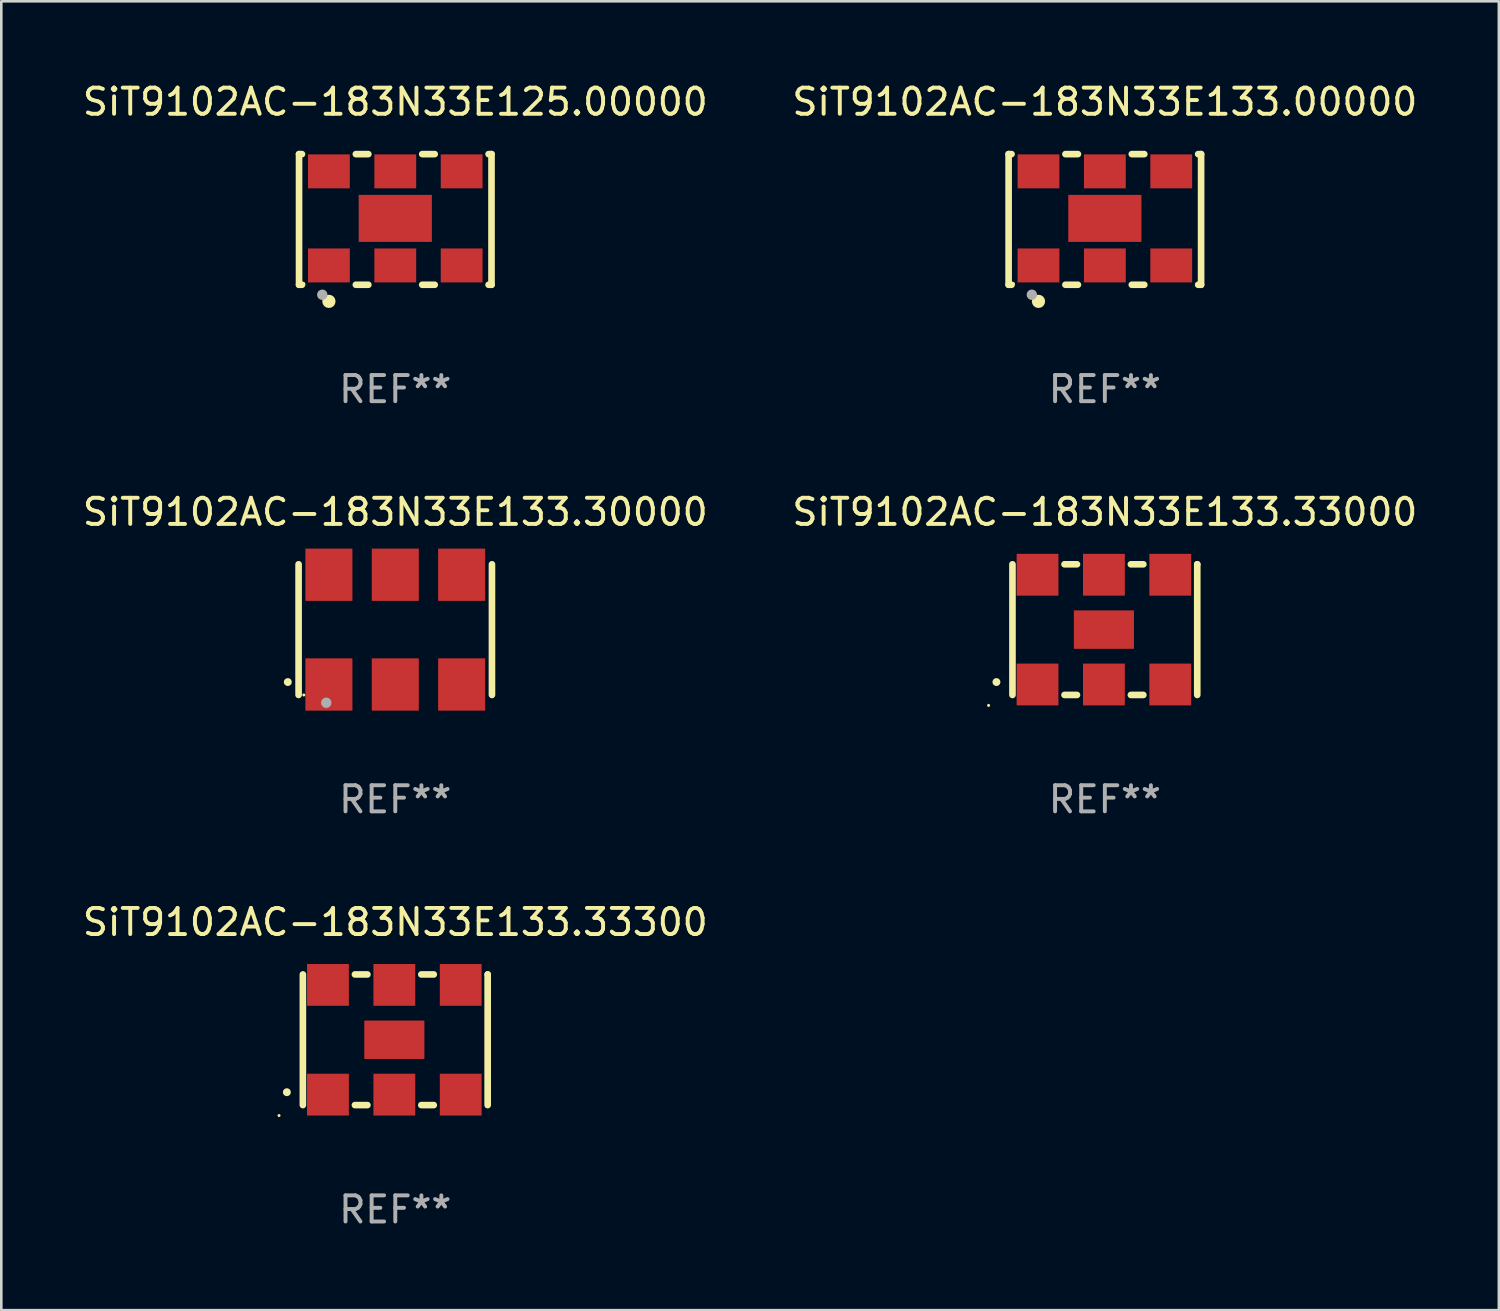
<source format=kicad_pcb>
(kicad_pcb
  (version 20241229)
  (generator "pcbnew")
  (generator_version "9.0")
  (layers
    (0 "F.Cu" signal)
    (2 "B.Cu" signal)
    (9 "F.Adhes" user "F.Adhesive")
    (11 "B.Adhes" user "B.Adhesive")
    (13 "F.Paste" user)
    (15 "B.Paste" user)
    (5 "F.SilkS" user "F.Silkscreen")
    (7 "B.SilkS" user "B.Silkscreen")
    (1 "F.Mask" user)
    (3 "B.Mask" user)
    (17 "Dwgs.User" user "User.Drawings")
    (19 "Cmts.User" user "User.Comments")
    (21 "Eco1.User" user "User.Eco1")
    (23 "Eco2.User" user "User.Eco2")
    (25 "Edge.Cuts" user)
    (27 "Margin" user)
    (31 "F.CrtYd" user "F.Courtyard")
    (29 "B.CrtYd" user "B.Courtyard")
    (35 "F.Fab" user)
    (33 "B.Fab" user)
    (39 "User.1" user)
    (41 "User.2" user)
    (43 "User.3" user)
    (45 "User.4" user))
  (footprint "SiT9102AC-183N33E125.00000"
    (layer "F.Cu")
    (at 12.077 5.348)
    (property "Reference" "SiT9102AC-183N33E125.00000" (at 0 -4.5 0) (layer "F.SilkS") (effects (font (size 1 1) (thickness 0.15))))
    (attr through_hole)
    (fp_line (start -3.683 -2.5) (end -3.571 -2.5) (stroke (width 0.254) (type solid)) (layer "F.SilkS"))
    (fp_line (start -3.683 2.5) (end -3.683 -2.5) (stroke (width 0.254) (type solid)) (layer "F.SilkS"))
    (fp_line (start -3.683 2.5) (end -3.571 2.5) (stroke (width 0.254) (type solid)) (layer "F.SilkS"))
    (fp_line (start -1.509 -2.5) (end -1.031 -2.5) (stroke (width 0.254) (type solid)) (layer "F.SilkS"))
    (fp_line (start -1.509 2.5) (end -1.031 2.5) (stroke (width 0.254) (type solid)) (layer "F.SilkS"))
    (fp_line (start 1.031 -2.5) (end 1.509 -2.5) (stroke (width 0.254) (type solid)) (layer "F.SilkS"))
    (fp_line (start 1.031 2.5) (end 1.509 2.5) (stroke (width 0.254) (type solid)) (layer "F.SilkS"))
    (fp_line (start 3.571 -2.5) (end 3.683 -2.5) (stroke (width 0.254) (type solid)) (layer "F.SilkS"))
    (fp_line (start 3.571 2.5) (end 3.683 2.5) (stroke (width 0.254) (type solid)) (layer "F.SilkS"))
    (fp_line (start 3.683 2.5) (end 3.683 -2.5) (stroke (width 0.254) (type solid)) (layer "F.SilkS"))
    (fp_circle (center -3.5 2.46) (end -3.47 2.46) (stroke (width 0.06) (type solid)) (fill no) (layer "F.SilkS"))
    (fp_circle (center -2.54 3.135) (end -2.413 3.135) (stroke (width 0.254) (type solid)) (fill no) (layer "F.SilkS"))
    (fp_circle (center -2.794 2.881) (end -2.694 2.881) (stroke (width 0.2) (type solid)) (fill no) (layer "F.Fab"))
    (fp_text user "REF**" (at 0 6.5 0) (layer "F.Fab") (effects (font (size 1 1) (thickness 0.15))))
    (pad "1" smd rect (at -2.54 1.76) (size 1.6 1.3) (layers "F.Cu" "F.Mask" "F.Paste"))
    (pad "2" smd rect (at 0 1.76) (size 1.6 1.3) (layers "F.Cu" "F.Mask" "F.Paste"))
    (pad "3" smd rect (at 2.54 1.76) (size 1.6 1.3) (layers "F.Cu" "F.Mask" "F.Paste"))
    (pad "4" smd rect (at 2.54 -1.84) (size 1.6 1.3) (layers "F.Cu" "F.Mask" "F.Paste"))
    (pad "5" smd rect (at 0 -1.84) (size 1.6 1.3) (layers "F.Cu" "F.Mask" "F.Paste"))
    (pad "6" smd rect (at -2.54 -1.84) (size 1.6 1.3) (layers "F.Cu" "F.Mask" "F.Paste"))
    (pad "7" smd rect (at 0 -0.04) (size 2.8 1.8) (layers "F.Cu" "F.Mask" "F.Paste")))
  (footprint "SiT9102AC-183N33E133.00000"
    (layer "F.Cu")
    (at 39.232 5.348)
    (property "Reference" "SiT9102AC-183N33E133.00000" (at 0 -4.5 0) (layer "F.SilkS") (effects (font (size 1 1) (thickness 0.15))))
    (attr through_hole)
    (fp_line (start -3.683 -2.5) (end -3.571 -2.5) (stroke (width 0.254) (type solid)) (layer "F.SilkS"))
    (fp_line (start -3.683 2.5) (end -3.683 -2.5) (stroke (width 0.254) (type solid)) (layer "F.SilkS"))
    (fp_line (start -3.683 2.5) (end -3.571 2.5) (stroke (width 0.254) (type solid)) (layer "F.SilkS"))
    (fp_line (start -1.509 -2.5) (end -1.031 -2.5) (stroke (width 0.254) (type solid)) (layer "F.SilkS"))
    (fp_line (start -1.509 2.5) (end -1.031 2.5) (stroke (width 0.254) (type solid)) (layer "F.SilkS"))
    (fp_line (start 1.031 -2.5) (end 1.509 -2.5) (stroke (width 0.254) (type solid)) (layer "F.SilkS"))
    (fp_line (start 1.031 2.5) (end 1.509 2.5) (stroke (width 0.254) (type solid)) (layer "F.SilkS"))
    (fp_line (start 3.571 -2.5) (end 3.683 -2.5) (stroke (width 0.254) (type solid)) (layer "F.SilkS"))
    (fp_line (start 3.571 2.5) (end 3.683 2.5) (stroke (width 0.254) (type solid)) (layer "F.SilkS"))
    (fp_line (start 3.683 2.5) (end 3.683 -2.5) (stroke (width 0.254) (type solid)) (layer "F.SilkS"))
    (fp_circle (center -3.5 2.46) (end -3.47 2.46) (stroke (width 0.06) (type solid)) (fill no) (layer "F.SilkS"))
    (fp_circle (center -2.54 3.135) (end -2.413 3.135) (stroke (width 0.254) (type solid)) (fill no) (layer "F.SilkS"))
    (fp_circle (center -2.794 2.881) (end -2.694 2.881) (stroke (width 0.2) (type solid)) (fill no) (layer "F.Fab"))
    (fp_text user "REF**" (at 0 6.5 0) (layer "F.Fab") (effects (font (size 1 1) (thickness 0.15))))
    (pad "1" smd rect (at -2.54 1.76) (size 1.6 1.3) (layers "F.Cu" "F.Mask" "F.Paste"))
    (pad "2" smd rect (at 0 1.76) (size 1.6 1.3) (layers "F.Cu" "F.Mask" "F.Paste"))
    (pad "3" smd rect (at 2.54 1.76) (size 1.6 1.3) (layers "F.Cu" "F.Mask" "F.Paste"))
    (pad "4" smd rect (at 2.54 -1.84) (size 1.6 1.3) (layers "F.Cu" "F.Mask" "F.Paste"))
    (pad "5" smd rect (at 0 -1.84) (size 1.6 1.3) (layers "F.Cu" "F.Mask" "F.Paste"))
    (pad "6" smd rect (at -2.54 -1.84) (size 1.6 1.3) (layers "F.Cu" "F.Mask" "F.Paste"))
    (pad "7" smd rect (at 0 -0.04) (size 2.8 1.8) (layers "F.Cu" "F.Mask" "F.Paste")))
  (footprint "SiT9102AC-183N33E133.33000"
    (layer "F.Cu")
    (at 39.232 21.045)
    (property "Reference" "SiT9102AC-183N33E133.33000" (at 0 -4.5 0) (layer "F.SilkS") (effects (font (size 1 1) (thickness 0.15))))
    (attr through_hole)
    (fp_line (start -3.536 -2.5) (end -3.536 2.5) (stroke (width 0.254) (type solid)) (layer "F.SilkS"))
    (fp_line (start -1.544 2.5) (end -1.067 2.5) (stroke (width 0.254) (type solid)) (layer "F.SilkS"))
    (fp_line (start -1.067 -2.5) (end -1.544 -2.5) (stroke (width 0.254) (type solid)) (layer "F.SilkS"))
    (fp_line (start 0.996 2.5) (end 1.473 2.5) (stroke (width 0.254) (type solid)) (layer "F.SilkS"))
    (fp_line (start 1.473 -2.5) (end 0.996 -2.5) (stroke (width 0.254) (type solid)) (layer "F.SilkS"))
    (fp_line (start 3.536 -2.5) (end 3.536 -2.5) (stroke (width 0.254) (type solid)) (layer "F.SilkS"))
    (fp_line (start 3.536 2.5) (end 3.536 -2.5) (stroke (width 0.254) (type solid)) (layer "F.SilkS"))
    (fp_arc (start -4.150432 2.006604) (mid -4.149162 2.006599) (end -4.147892 2.006604) (stroke (width 0.3) (type solid)) (layer "F.SilkS"))
    (fp_circle (center -4.449 2.9) (end -4.419 2.9) (stroke (width 0.06) (type solid)) (fill no) (layer "F.SilkS"))
    (fp_text user "REF**" (at 0 6.5 0) (layer "F.Fab") (effects (font (size 1 1) (thickness 0.15))))
    (pad "1" smd rect (at -2.576 2.1) (size 1.6 1.6) (layers "F.Cu" "F.Mask" "F.Paste"))
    (pad "2" smd rect (at -0.036 2.1) (size 1.6 1.6) (layers "F.Cu" "F.Mask" "F.Paste"))
    (pad "3" smd rect (at 2.504 2.1) (size 1.6 1.6) (layers "F.Cu" "F.Mask" "F.Paste"))
    (pad "4" smd rect (at 2.504 -2.1) (size 1.6 1.6) (layers "F.Cu" "F.Mask" "F.Paste"))
    (pad "5" smd rect (at -0.036 -2.1) (size 1.6 1.6) (layers "F.Cu" "F.Mask" "F.Paste"))
    (pad "6" smd rect (at -2.576 -2.1) (size 1.6 1.6) (layers "F.Cu" "F.Mask" "F.Paste"))
    (pad "7" smd rect (at -0.036 0) (size 2.3 1.47) (layers "F.Cu" "F.Mask" "F.Paste")))
  (footprint "SiT9102AC-183N33E133.30000"
    (layer "F.Cu")
    (at 12.077 21.045)
    (property "Reference" "SiT9102AC-183N33E133.30000" (at 0 -4.5 0) (layer "F.SilkS") (effects (font (size 1 1) (thickness 0.15))))
    (attr through_hole)
    (fp_line (start -3.7 -2.5) (end -3.7 2.5) (stroke (width 0.254) (type solid)) (layer "F.SilkS"))
    (fp_line (start 3.7 -2.5) (end 3.7 2.5) (stroke (width 0.254) (type solid)) (layer "F.SilkS"))
    (fp_arc (start -4.114415 2.006604) (mid -4.113145 2.006599) (end -4.111875 2.006604) (stroke (width 0.3) (type solid)) (layer "F.SilkS"))
    (fp_circle (center -3.5 2.501) (end -3.47 2.501) (stroke (width 0.06) (type solid)) (fill no) (layer "F.SilkS"))
    (fp_circle (center -2.641 2.799) (end -2.541 2.799) (stroke (width 0.2) (type solid)) (fill no) (layer "F.Fab"))
    (fp_text user "REF**" (at 0 6.5 0) (layer "F.Fab") (effects (font (size 1 1) (thickness 0.15))))
    (pad "1" smd rect (at -2.54 2.1) (size 1.8 2) (layers "F.Cu" "F.Mask" "F.Paste"))
    (pad "2" smd rect (at 0.000394 2.1) (size 1.8 2) (layers "F.Cu" "F.Mask" "F.Paste"))
    (pad "3" smd rect (at 2.54 2.1) (size 1.8 2) (layers "F.Cu" "F.Mask" "F.Paste"))
    (pad "4" smd rect (at 2.54 -2.1) (size 1.8 2) (layers "F.Cu" "F.Mask" "F.Paste"))
    (pad "5" smd rect (at 0.000394 -2.1) (size 1.8 2) (layers "F.Cu" "F.Mask" "F.Paste"))
    (pad "6" smd rect (at -2.54 -2.1) (size 1.8 2) (layers "F.Cu" "F.Mask" "F.Paste")))
  (footprint "SiT9102AC-183N33E133.33300"
    (layer "F.Cu")
    (at 12.077 36.741)
    (property "Reference" "SiT9102AC-183N33E133.33300" (at 0 -4.5 0) (layer "F.SilkS") (effects (font (size 1 1) (thickness 0.15))))
    (attr through_hole)
    (fp_line (start -3.536 -2.5) (end -3.536 2.5) (stroke (width 0.254) (type solid)) (layer "F.SilkS"))
    (fp_line (start -1.544 2.5) (end -1.067 2.5) (stroke (width 0.254) (type solid)) (layer "F.SilkS"))
    (fp_line (start -1.067 -2.5) (end -1.544 -2.5) (stroke (width 0.254) (type solid)) (layer "F.SilkS"))
    (fp_line (start 0.996 2.5) (end 1.473 2.5) (stroke (width 0.254) (type solid)) (layer "F.SilkS"))
    (fp_line (start 1.473 -2.5) (end 0.996 -2.5) (stroke (width 0.254) (type solid)) (layer "F.SilkS"))
    (fp_line (start 3.536 -2.5) (end 3.536 -2.5) (stroke (width 0.254) (type solid)) (layer "F.SilkS"))
    (fp_line (start 3.536 2.5) (end 3.536 -2.5) (stroke (width 0.254) (type solid)) (layer "F.SilkS"))
    (fp_arc (start -4.150432 2.006604) (mid -4.149162 2.006599) (end -4.147892 2.006604) (stroke (width 0.3) (type solid)) (layer "F.SilkS"))
    (fp_circle (center -4.449 2.9) (end -4.419 2.9) (stroke (width 0.06) (type solid)) (fill no) (layer "F.SilkS"))
    (fp_text user "REF**" (at 0 6.5 0) (layer "F.Fab") (effects (font (size 1 1) (thickness 0.15))))
    (pad "1" smd rect (at -2.576 2.1) (size 1.6 1.6) (layers "F.Cu" "F.Mask" "F.Paste"))
    (pad "2" smd rect (at -0.036 2.1) (size 1.6 1.6) (layers "F.Cu" "F.Mask" "F.Paste"))
    (pad "3" smd rect (at 2.504 2.1) (size 1.6 1.6) (layers "F.Cu" "F.Mask" "F.Paste"))
    (pad "4" smd rect (at 2.504 -2.1) (size 1.6 1.6) (layers "F.Cu" "F.Mask" "F.Paste"))
    (pad "5" smd rect (at -0.036 -2.1) (size 1.6 1.6) (layers "F.Cu" "F.Mask" "F.Paste"))
    (pad "6" smd rect (at -2.576 -2.1) (size 1.6 1.6) (layers "F.Cu" "F.Mask" "F.Paste"))
    (pad "7" smd rect (at -0.036 0) (size 2.3 1.47) (layers "F.Cu" "F.Mask" "F.Paste")))
  (gr_rect
    (start -3 -3)
    (end 54.31 47.09)
    (stroke (width 0.1) (type default))
    (fill no)
    (layer "Edge.Cuts")))
</source>
